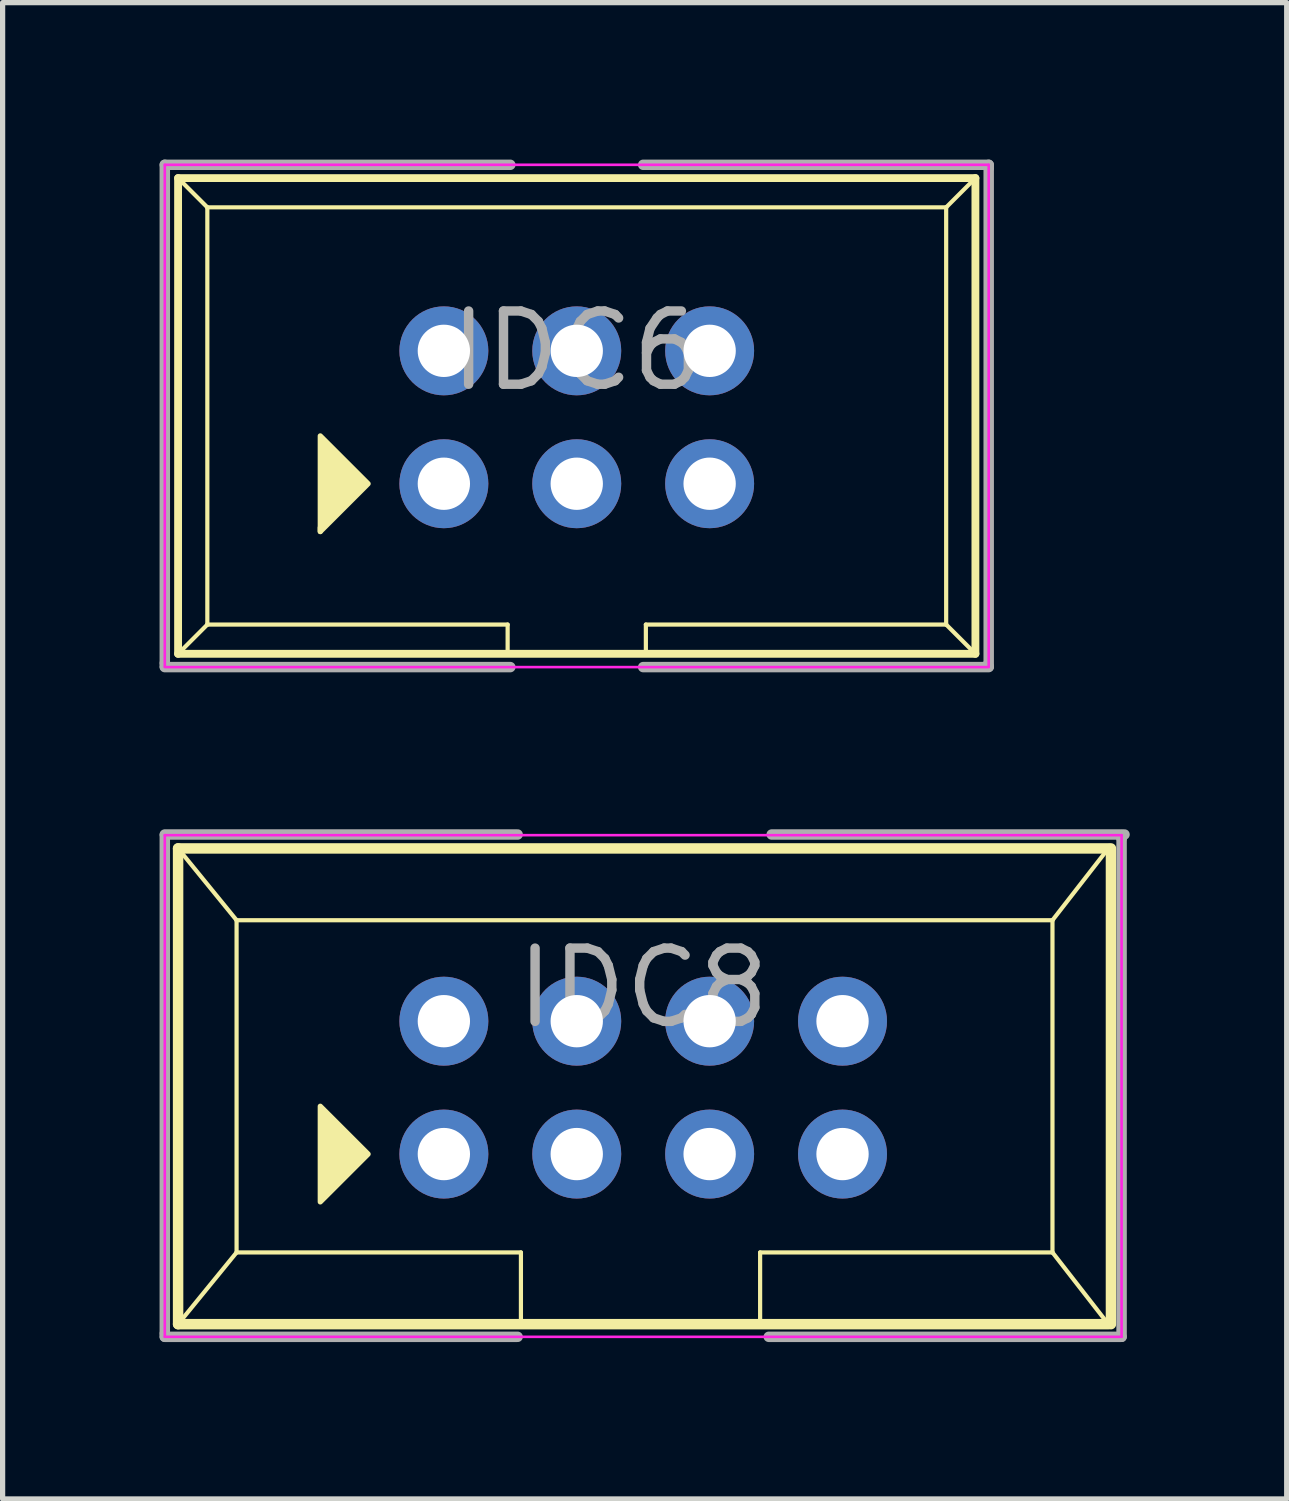
<source format=kicad_pcb>
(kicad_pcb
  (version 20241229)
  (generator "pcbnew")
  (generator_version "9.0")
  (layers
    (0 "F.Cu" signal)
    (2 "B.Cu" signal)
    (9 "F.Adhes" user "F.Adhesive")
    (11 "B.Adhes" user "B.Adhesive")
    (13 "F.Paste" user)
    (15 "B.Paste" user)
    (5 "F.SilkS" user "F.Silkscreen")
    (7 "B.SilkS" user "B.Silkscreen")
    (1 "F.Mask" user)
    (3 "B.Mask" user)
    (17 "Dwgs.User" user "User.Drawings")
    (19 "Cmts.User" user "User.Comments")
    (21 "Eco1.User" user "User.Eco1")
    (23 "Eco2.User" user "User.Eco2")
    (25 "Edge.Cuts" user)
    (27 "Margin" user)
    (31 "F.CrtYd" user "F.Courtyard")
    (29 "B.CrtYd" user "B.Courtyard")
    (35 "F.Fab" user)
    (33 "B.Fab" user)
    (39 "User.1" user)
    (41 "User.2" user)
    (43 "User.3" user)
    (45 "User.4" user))
  (footprint "IDC6"
    (layer "F.Cu")
    (at 7.974 4.926)
    (property "Reference" "IDC6" (at 0 -1.27 0) (layer "F.Fab") (effects (font (size 1.4 1.4) (thickness 0.18))))
    (attr through_hole)
    (fp_line (start -7.62 -4.572) (end -7.061 -4.013) (stroke (width 0.08) (type solid)) (layer "F.SilkS"))
    (fp_line (start -7.62 -4.572) (end 7.62 -4.572) (stroke (width 0.15) (type solid)) (layer "F.SilkS"))
    (fp_line (start -7.62 4.521) (end -7.62 -4.572) (stroke (width 0.15) (type solid)) (layer "F.SilkS"))
    (fp_line (start -7.62 4.521) (end -7.061 3.962) (stroke (width 0.08) (type solid)) (layer "F.SilkS"))
    (fp_line (start -7.061 -4.013) (end -7.061 3.962) (stroke (width 0.08) (type solid)) (layer "F.SilkS"))
    (fp_line (start -4.902 2.184) (end -4.902 2.108) (stroke (width 0.1) (type solid)) (layer "F.SilkS"))
    (fp_line (start -1.321 3.962) (end -7.061 3.962) (stroke (width 0.08) (type solid)) (layer "F.SilkS"))
    (fp_line (start -1.321 3.962) (end -1.321 4.521) (stroke (width 0.08) (type solid)) (layer "F.SilkS"))
    (fp_line (start 1.321 3.962) (end 1.321 4.521) (stroke (width 0.08) (type solid)) (layer "F.SilkS"))
    (fp_line (start 7.061 -4.013) (end -7.061 -4.013) (stroke (width 0.08) (type solid)) (layer "F.SilkS"))
    (fp_line (start 7.061 -4.013) (end 7.061 3.962) (stroke (width 0.08) (type solid)) (layer "F.SilkS"))
    (fp_line (start 7.061 3.962) (end 1.321 3.962) (stroke (width 0.08) (type solid)) (layer "F.SilkS"))
    (fp_line (start 7.62 -4.572) (end 7.061 -4.013) (stroke (width 0.08) (type solid)) (layer "F.SilkS"))
    (fp_line (start 7.62 4.521) (end -7.62 4.521) (stroke (width 0.15) (type solid)) (layer "F.SilkS"))
    (fp_line (start 7.62 4.521) (end 7.061 3.962) (stroke (width 0.08) (type solid)) (layer "F.SilkS"))
    (fp_line (start 7.62 4.521) (end 7.62 -4.572) (stroke (width 0.15) (type solid)) (layer "F.SilkS"))
    (fp_poly (pts (xy -3.988 1.27) (xy -4.902 2.184) (xy -4.902 0.356)) (stroke (width 0.1) (type solid)) (fill yes) (layer "F.SilkS"))
    (fp_line (start -7.874 -4.826) (end 7.874 -4.826) (stroke (width 0.05) (type solid)) (layer "F.CrtYd"))
    (fp_line (start -7.874 4.763) (end -7.874 -4.826) (stroke (width 0.05) (type solid)) (layer "F.CrtYd"))
    (fp_line (start -7.874 4.775) (end 7.874 4.775) (stroke (width 0.05) (type solid)) (layer "F.CrtYd"))
    (fp_line (start 7.874 -4.826) (end 7.874 4.763) (stroke (width 0.05) (type solid)) (layer "F.CrtYd"))
    (fp_line (start -7.874 -4.826) (end -7.874 4.699) (stroke (width 0.2) (type solid)) (layer "F.Fab"))
    (fp_line (start -7.874 -4.826) (end -1.27 -4.826) (stroke (width 0.2) (type solid)) (layer "F.Fab"))
    (fp_line (start -7.874 4.699) (end -7.874 4.763) (stroke (width 0.2) (type solid)) (layer "F.Fab"))
    (fp_line (start -7.874 4.775) (end -1.27 4.775) (stroke (width 0.2) (type solid)) (layer "F.Fab"))
    (fp_line (start 1.27 -4.826) (end 7.874 -4.826) (stroke (width 0.2) (type solid)) (layer "F.Fab"))
    (fp_line (start 1.27 4.775) (end 7.874 4.775) (stroke (width 0.2) (type solid)) (layer "F.Fab"))
    (fp_line (start 7.811 4.763) (end 7.874 4.763) (stroke (width 0.2) (type solid)) (layer "F.Fab"))
    (fp_line (start 7.874 -4.763) (end 7.874 -4.826) (stroke (width 0.2) (type solid)) (layer "F.Fab"))
    (fp_line (start 7.874 4.763) (end 7.874 -4.763) (stroke (width 0.2) (type solid)) (layer "F.Fab"))
    (pad "1" thru_hole circle (at -2.54 1.27) (size 1.7 1.7) (drill 1) (layers "*.Cu" "*.Mask"))
    (pad "2" thru_hole circle (at -2.54 -1.27) (size 1.7 1.7) (drill 1) (layers "*.Cu" "*.Mask"))
    (pad "3" thru_hole circle (at 0 1.27) (size 1.7 1.7) (drill 1) (layers "*.Cu" "*.Mask"))
    (pad "4" thru_hole circle (at 0 -1.27) (size 1.7 1.7) (drill 1) (layers "*.Cu" "*.Mask"))
    (pad "5" thru_hole circle (at 2.54 1.27) (size 1.7 1.7) (drill 1) (layers "*.Cu" "*.Mask"))
    (pad "6" thru_hole circle (at 2.54 -1.27) (size 1.7 1.7) (drill 1) (layers "*.Cu" "*.Mask")))
  (footprint "IDC8"
    (layer "F.Cu")
    (at 9.244 17.739)
    (property "Reference" "IDC8" (at 0 -1.905 0) (layer "F.Fab") (effects (font (size 1.4 1.4) (thickness 0.18))))
    (attr through_hole)
    (fp_line (start -8.89 -4.572) (end -7.772 -3.2) (stroke (width 0.08) (type solid)) (layer "F.SilkS"))
    (fp_line (start -8.89 -4.572) (end 8.89 -4.572) (stroke (width 0.2) (type solid)) (layer "F.SilkS"))
    (fp_line (start -8.89 4.521) (end -8.89 -4.572) (stroke (width 0.2) (type solid)) (layer "F.SilkS"))
    (fp_line (start -8.89 4.521) (end -7.772 3.15) (stroke (width 0.08) (type solid)) (layer "F.SilkS"))
    (fp_line (start -7.772 -3.2) (end -7.772 3.15) (stroke (width 0.08) (type solid)) (layer "F.SilkS"))
    (fp_line (start -7.772 -3.2) (end 7.823 -3.2) (stroke (width 0.08) (type solid)) (layer "F.SilkS"))
    (fp_line (start -7.772 3.15) (end -2.337 3.15) (stroke (width 0.08) (type solid)) (layer "F.SilkS"))
    (fp_line (start -2.337 3.15) (end -2.337 4.521) (stroke (width 0.08) (type solid)) (layer "F.SilkS"))
    (fp_line (start 2.235 3.15) (end 2.235 4.521) (stroke (width 0.08) (type solid)) (layer "F.SilkS"))
    (fp_line (start 7.823 -3.2) (end 7.823 3.15) (stroke (width 0.08) (type solid)) (layer "F.SilkS"))
    (fp_line (start 7.823 3.15) (end 2.235 3.15) (stroke (width 0.08) (type solid)) (layer "F.SilkS"))
    (fp_line (start 8.89 -4.572) (end 7.823 -3.2) (stroke (width 0.08) (type solid)) (layer "F.SilkS"))
    (fp_line (start 8.89 4.521) (end -8.89 4.521) (stroke (width 0.2) (type solid)) (layer "F.SilkS"))
    (fp_line (start 8.89 4.521) (end 7.823 3.15) (stroke (width 0.08) (type solid)) (layer "F.SilkS"))
    (fp_line (start 8.941 4.521) (end 8.941 -4.572) (stroke (width 0.2) (type solid)) (layer "F.SilkS"))
    (fp_poly (pts (xy -5.258 1.27) (xy -6.172 2.184) (xy -6.172 0.356)) (stroke (width 0.1) (type solid)) (fill yes) (layer "F.SilkS"))
    (fp_line (start -9.144 -4.826) (end 9.144 -4.826) (stroke (width 0.05) (type solid)) (layer "F.CrtYd"))
    (fp_line (start -9.144 4.763) (end -9.144 -4.826) (stroke (width 0.05) (type solid)) (layer "F.CrtYd"))
    (fp_line (start 9.144 -4.826) (end 9.144 4.763) (stroke (width 0.05) (type solid)) (layer "F.CrtYd"))
    (fp_line (start 9.144 4.763) (end -9.144 4.763) (stroke (width 0.05) (type solid)) (layer "F.CrtYd"))
    (fp_line (start -9.144 -4.838) (end -2.4 -4.838) (stroke (width 0.2) (type solid)) (layer "F.Fab"))
    (fp_line (start -9.144 -4.826) (end -9.144 4.699) (stroke (width 0.2) (type solid)) (layer "F.Fab"))
    (fp_line (start -9.144 4.699) (end -9.144 4.763) (stroke (width 0.2) (type solid)) (layer "F.Fab"))
    (fp_line (start -9.144 4.763) (end -2.4 4.763) (stroke (width 0.2) (type solid)) (layer "F.Fab"))
    (fp_line (start 2.4 4.763) (end 9.144 4.763) (stroke (width 0.2) (type solid)) (layer "F.Fab"))
    (fp_line (start 2.456 -4.838) (end 9.2 -4.838) (stroke (width 0.2) (type solid)) (layer "F.Fab"))
    (fp_line (start 9.144 -4.763) (end 9.144 -4.826) (stroke (width 0.2) (type solid)) (layer "F.Fab"))
    (fp_line (start 9.144 4.763) (end 9.144 -4.763) (stroke (width 0.2) (type solid)) (layer "F.Fab"))
    (pad "1" thru_hole circle (at -3.81 1.27) (size 1.7 1.7) (drill 1) (layers "*.Cu" "*.Mask"))
    (pad "2" thru_hole circle (at -3.81 -1.27) (size 1.7 1.7) (drill 1) (layers "*.Cu" "*.Mask"))
    (pad "3" thru_hole circle (at -1.27 1.27) (size 1.7 1.7) (drill 1) (layers "*.Cu" "*.Mask"))
    (pad "4" thru_hole circle (at -1.27 -1.27) (size 1.7 1.7) (drill 1) (layers "*.Cu" "*.Mask"))
    (pad "5" thru_hole circle (at 1.27 1.27) (size 1.7 1.7) (drill 1) (layers "*.Cu" "*.Mask"))
    (pad "6" thru_hole circle (at 1.27 -1.27) (size 1.7 1.7) (drill 1) (layers "*.Cu" "*.Mask"))
    (pad "7" thru_hole circle (at 3.81 1.27) (size 1.7 1.7) (drill 1) (layers "*.Cu" "*.Mask"))
    (pad "8" thru_hole circle (at 3.81 -1.27) (size 1.7 1.7) (drill 1) (layers "*.Cu" "*.Mask")))
  (gr_rect
    (start -3 -3)
    (end 21.544 25.601)
    (stroke (width 0.1) (type default))
    (fill no)
    (layer "Edge.Cuts")))
</source>
